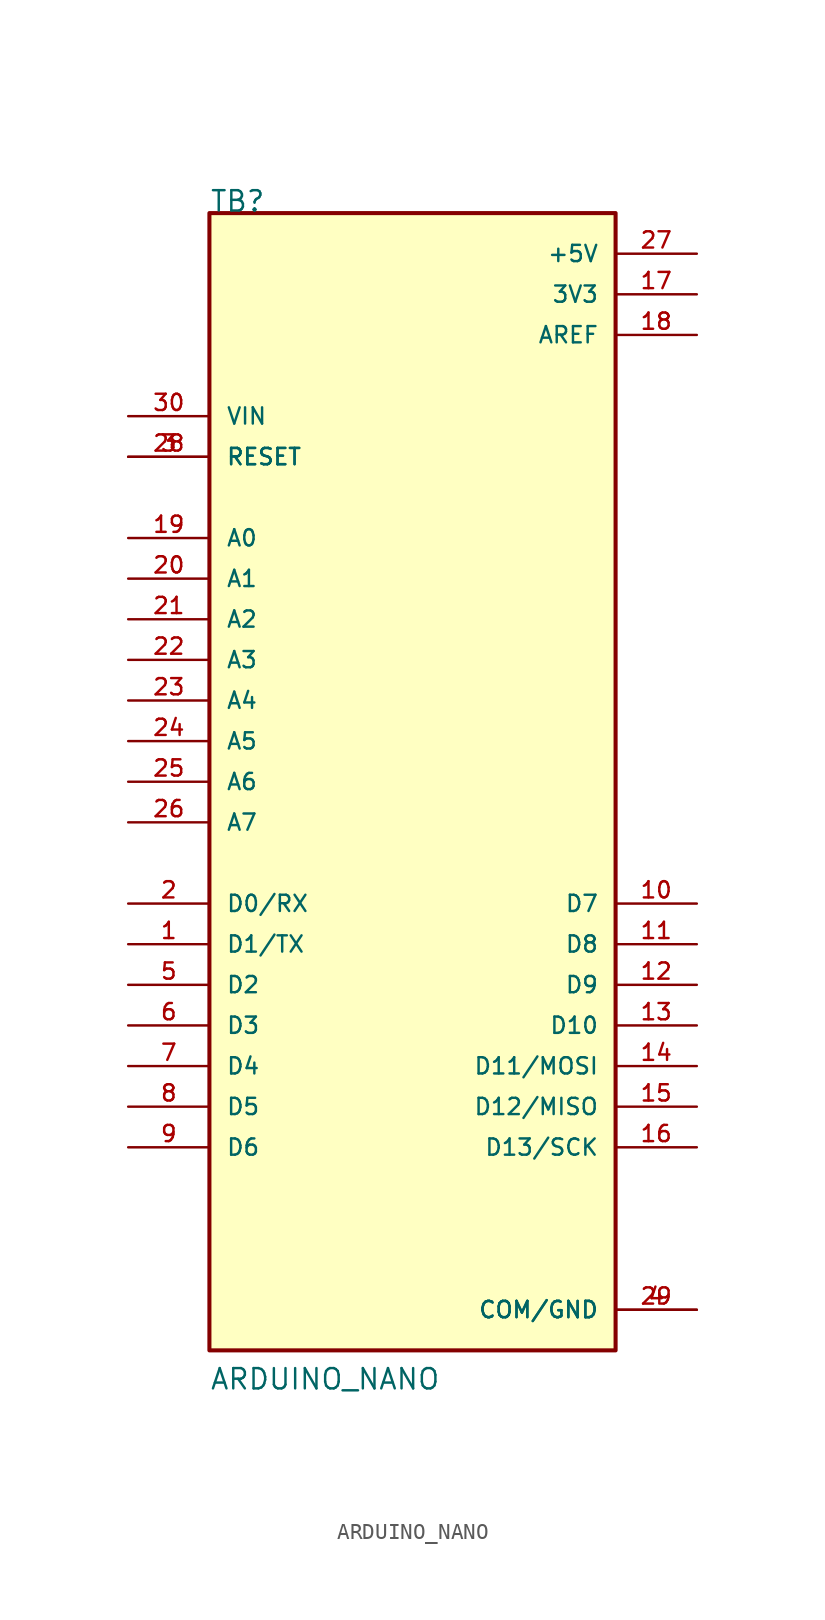
<source format=kicad_sym>
(kicad_symbol_lib
  (version 20211014)
  (generator kicad_symbol_editor)
  (symbol "ARDUINO_NANO"
    (pin_names
      (offset 1.016))
    (property "Reference" "TB"
      (at -12.7 35.56 0)
      (effects (font (size 1.27 1.27)) (justify bottom left)))
    (property "Value" "ARDUINO_NANO"
      (at -12.7 -38.1 0)
      (effects (font (size 1.27 1.27)) (justify bottom left)))
    (symbol "ARDUINO_NANO_0_0"
      (rectangle (start -12.7 -35.56) (end 12.7 35.56) (stroke (width 0.254)) (fill (type background)))
      (pin bidirectional line (at -17.78 -10.16 0) (length 5.08) (name "D1/TX" (effects (font (size 1.016 1.016)))) (number "1" (effects (font (size 1.016 1.016)))))
      (pin bidirectional line (at -17.78 -7.62 0) (length 5.08) (name "D0/RX" (effects (font (size 1.016 1.016)))) (number "2" (effects (font (size 1.016 1.016)))))
      (pin input line (at -17.78 20.32 0) (length 5.08) (name "RESET" (effects (font (size 1.016 1.016)))) (number "3" (effects (font (size 1.016 1.016)))))
      (pin input line (at -17.78 20.32 0) (length 5.08) (name "RESET" (effects (font (size 1.016 1.016)))) (number "28" (effects (font (size 1.016 1.016)))))
      (pin power_in line (at 17.78 -33.02 180.0) (length 5.08) (name "COM/GND" (effects (font (size 1.016 1.016)))) (number "4" (effects (font (size 1.016 1.016)))))
      (pin power_in line (at 17.78 -33.02 180.0) (length 5.08) (name "COM/GND" (effects (font (size 1.016 1.016)))) (number "29" (effects (font (size 1.016 1.016)))))
      (pin bidirectional line (at -17.78 -12.7 0) (length 5.08) (name "D2" (effects (font (size 1.016 1.016)))) (number "5" (effects (font (size 1.016 1.016)))))
      (pin bidirectional line (at 17.78 -22.86 180.0) (length 5.08) (name "D13/SCK" (effects (font (size 1.016 1.016)))) (number "16" (effects (font (size 1.016 1.016)))))
      (pin power_in line (at 17.78 30.48 180.0) (length 5.08) (name "3V3" (effects (font (size 1.016 1.016)))) (number "17" (effects (font (size 1.016 1.016)))))
      (pin power_in line (at 17.78 27.94 180.0) (length 5.08) (name "AREF" (effects (font (size 1.016 1.016)))) (number "18" (effects (font (size 1.016 1.016)))))
      (pin input line (at -17.78 -2.54 0) (length 5.08) (name "A7" (effects (font (size 1.016 1.016)))) (number "26" (effects (font (size 1.016 1.016)))))
      (pin power_in line (at 17.78 33.02 180.0) (length 5.08) (name "+5V" (effects (font (size 1.016 1.016)))) (number "27" (effects (font (size 1.016 1.016)))))
      (pin input line (at -17.78 22.86 0) (length 5.08) (name "VIN" (effects (font (size 1.016 1.016)))) (number "30" (effects (font (size 1.016 1.016)))))
      (pin bidirectional line (at -17.78 -15.24 0) (length 5.08) (name "D3" (effects (font (size 1.016 1.016)))) (number "6" (effects (font (size 1.016 1.016)))))
      (pin bidirectional line (at -17.78 -17.78 0) (length 5.08) (name "D4" (effects (font (size 1.016 1.016)))) (number "7" (effects (font (size 1.016 1.016)))))
      (pin bidirectional line (at -17.78 -20.32 0) (length 5.08) (name "D5" (effects (font (size 1.016 1.016)))) (number "8" (effects (font (size 1.016 1.016)))))
      (pin bidirectional line (at -17.78 -22.86 0) (length 5.08) (name "D6" (effects (font (size 1.016 1.016)))) (number "9" (effects (font (size 1.016 1.016)))))
      (pin bidirectional line (at 17.78 -7.62 180.0) (length 5.08) (name "D7" (effects (font (size 1.016 1.016)))) (number "10" (effects (font (size 1.016 1.016)))))
      (pin bidirectional line (at 17.78 -10.16 180.0) (length 5.08) (name "D8" (effects (font (size 1.016 1.016)))) (number "11" (effects (font (size 1.016 1.016)))))
      (pin bidirectional line (at 17.78 -12.7 180.0) (length 5.08) (name "D9" (effects (font (size 1.016 1.016)))) (number "12" (effects (font (size 1.016 1.016)))))
      (pin bidirectional line (at 17.78 -15.24 180.0) (length 5.08) (name "D10" (effects (font (size 1.016 1.016)))) (number "13" (effects (font (size 1.016 1.016)))))
      (pin bidirectional line (at 17.78 -17.78 180.0) (length 5.08) (name "D11/MOSI" (effects (font (size 1.016 1.016)))) (number "14" (effects (font (size 1.016 1.016)))))
      (pin bidirectional line (at 17.78 -20.32 180.0) (length 5.08) (name "D12/MISO" (effects (font (size 1.016 1.016)))) (number "15" (effects (font (size 1.016 1.016)))))
      (pin input line (at -17.78 12.7 0) (length 5.08) (name "A1" (effects (font (size 1.016 1.016)))) (number "20" (effects (font (size 1.016 1.016)))))
      (pin input line (at -17.78 10.16 0) (length 5.08) (name "A2" (effects (font (size 1.016 1.016)))) (number "21" (effects (font (size 1.016 1.016)))))
      (pin input line (at -17.78 7.62 0) (length 5.08) (name "A3" (effects (font (size 1.016 1.016)))) (number "22" (effects (font (size 1.016 1.016)))))
      (pin input line (at -17.78 5.08 0) (length 5.08) (name "A4" (effects (font (size 1.016 1.016)))) (number "23" (effects (font (size 1.016 1.016)))))
      (pin input line (at -17.78 2.54 0) (length 5.08) (name "A5" (effects (font (size 1.016 1.016)))) (number "24" (effects (font (size 1.016 1.016)))))
      (pin input line (at -17.78 0.0 0) (length 5.08) (name "A6" (effects (font (size 1.016 1.016)))) (number "25" (effects (font (size 1.016 1.016)))))
      (pin input line (at -17.78 15.24 0) (length 5.08) (name "A0" (effects (font (size 1.016 1.016)))) (number "19" (effects (font (size 1.016 1.016))))))))
</source>
